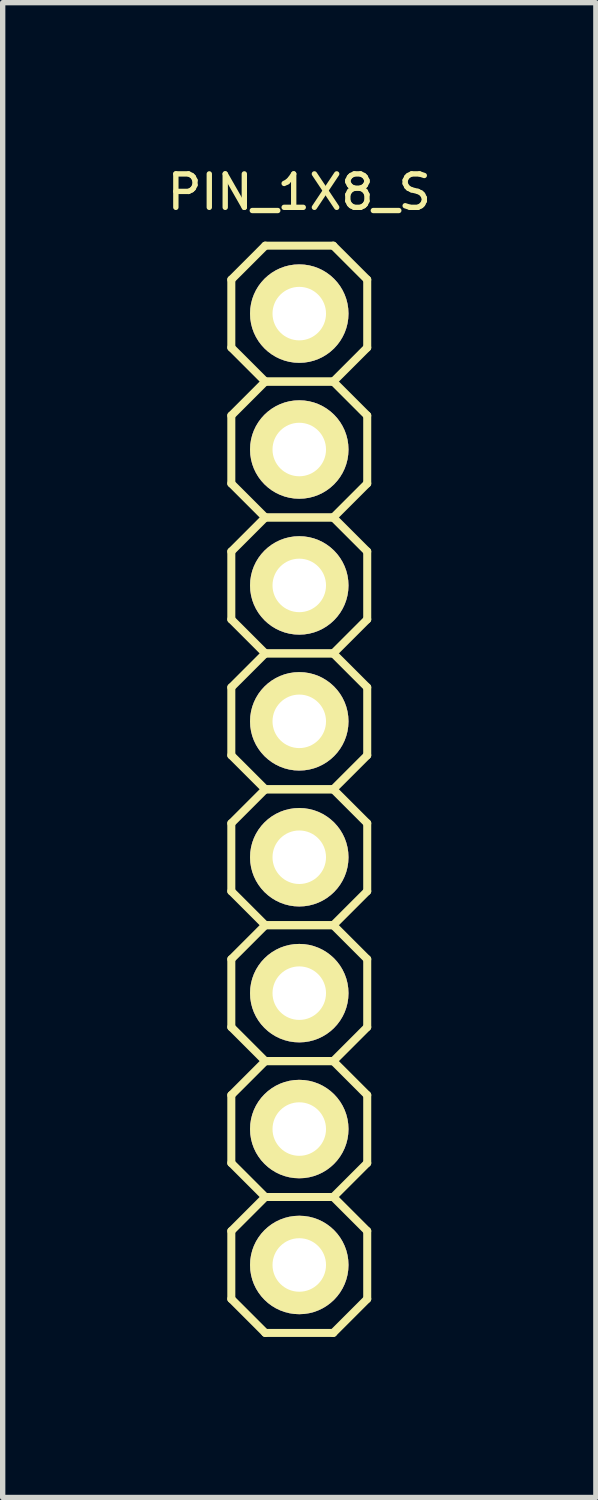
<source format=kicad_pcb>
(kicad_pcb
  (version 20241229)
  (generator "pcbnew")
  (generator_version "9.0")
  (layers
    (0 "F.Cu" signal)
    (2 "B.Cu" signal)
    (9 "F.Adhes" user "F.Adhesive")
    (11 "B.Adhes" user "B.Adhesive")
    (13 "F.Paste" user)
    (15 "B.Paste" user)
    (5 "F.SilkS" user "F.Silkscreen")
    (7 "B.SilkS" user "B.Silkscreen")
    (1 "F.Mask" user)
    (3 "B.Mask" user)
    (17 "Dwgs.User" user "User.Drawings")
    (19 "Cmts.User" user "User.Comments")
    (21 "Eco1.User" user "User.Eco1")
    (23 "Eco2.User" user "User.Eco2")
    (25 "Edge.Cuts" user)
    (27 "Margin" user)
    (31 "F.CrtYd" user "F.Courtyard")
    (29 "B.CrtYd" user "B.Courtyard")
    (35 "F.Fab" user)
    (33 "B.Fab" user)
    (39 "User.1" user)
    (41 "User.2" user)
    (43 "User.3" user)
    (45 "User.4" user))
  (footprint "PIN_1X8_S"
    (layer "F.Cu")
    (at 2.543 11.701)
    (property "Reference" "PIN_1X8_S" (at 0 -11.16 0) (layer "F.SilkS") (effects (font (size 0.625 0.625) (thickness 0.1))))
    (attr through_hole)
    (fp_line (start -1.27 -9.525) (end -1.27 -8.255) (stroke (width 0.15) (type solid)) (layer "F.SilkS"))
    (fp_line (start -1.27 -8.255) (end -0.635 -7.62) (stroke (width 0.15) (type solid)) (layer "F.SilkS"))
    (fp_line (start -1.27 -6.985) (end -1.27 -5.715) (stroke (width 0.15) (type solid)) (layer "F.SilkS"))
    (fp_line (start -1.27 -5.715) (end -0.635 -5.08) (stroke (width 0.15) (type solid)) (layer "F.SilkS"))
    (fp_line (start -1.27 -4.445) (end -1.27 -3.175) (stroke (width 0.15) (type solid)) (layer "F.SilkS"))
    (fp_line (start -1.27 -3.175) (end -0.635 -2.54) (stroke (width 0.15) (type solid)) (layer "F.SilkS"))
    (fp_line (start -1.27 -1.905) (end -1.27 -0.635) (stroke (width 0.15) (type solid)) (layer "F.SilkS"))
    (fp_line (start -1.27 -0.635) (end -0.635 0) (stroke (width 0.15) (type solid)) (layer "F.SilkS"))
    (fp_line (start -1.27 0.635) (end -1.27 1.905) (stroke (width 0.15) (type solid)) (layer "F.SilkS"))
    (fp_line (start -1.27 1.905) (end -0.635 2.54) (stroke (width 0.15) (type solid)) (layer "F.SilkS"))
    (fp_line (start -1.27 3.175) (end -1.27 4.445) (stroke (width 0.15) (type solid)) (layer "F.SilkS"))
    (fp_line (start -1.27 4.445) (end -0.635 5.08) (stroke (width 0.15) (type solid)) (layer "F.SilkS"))
    (fp_line (start -1.27 5.715) (end -1.27 6.985) (stroke (width 0.15) (type solid)) (layer "F.SilkS"))
    (fp_line (start -1.27 6.985) (end -0.635 7.62) (stroke (width 0.15) (type solid)) (layer "F.SilkS"))
    (fp_line (start -1.27 8.255) (end -1.27 9.525) (stroke (width 0.15) (type solid)) (layer "F.SilkS"))
    (fp_line (start -1.27 9.525) (end -0.635 10.16) (stroke (width 0.15) (type solid)) (layer "F.SilkS"))
    (fp_line (start -0.635 -10.16) (end -1.27 -9.525) (stroke (width 0.15) (type solid)) (layer "F.SilkS"))
    (fp_line (start -0.635 -7.62) (end -1.27 -6.985) (stroke (width 0.15) (type solid)) (layer "F.SilkS"))
    (fp_line (start -0.635 -7.62) (end 0.635 -7.62) (stroke (width 0.15) (type solid)) (layer "F.SilkS"))
    (fp_line (start -0.635 -5.08) (end -1.27 -4.445) (stroke (width 0.15) (type solid)) (layer "F.SilkS"))
    (fp_line (start -0.635 -5.08) (end 0.635 -5.08) (stroke (width 0.15) (type solid)) (layer "F.SilkS"))
    (fp_line (start -0.635 -2.54) (end -1.27 -1.905) (stroke (width 0.15) (type solid)) (layer "F.SilkS"))
    (fp_line (start -0.635 -2.54) (end 0.635 -2.54) (stroke (width 0.15) (type solid)) (layer "F.SilkS"))
    (fp_line (start -0.635 0) (end -1.27 0.635) (stroke (width 0.15) (type solid)) (layer "F.SilkS"))
    (fp_line (start -0.635 0) (end 0.635 0) (stroke (width 0.15) (type solid)) (layer "F.SilkS"))
    (fp_line (start -0.635 2.54) (end -1.27 3.175) (stroke (width 0.15) (type solid)) (layer "F.SilkS"))
    (fp_line (start -0.635 2.54) (end 0.635 2.54) (stroke (width 0.15) (type solid)) (layer "F.SilkS"))
    (fp_line (start -0.635 5.08) (end -1.27 5.715) (stroke (width 0.15) (type solid)) (layer "F.SilkS"))
    (fp_line (start -0.635 5.08) (end 0.635 5.08) (stroke (width 0.15) (type solid)) (layer "F.SilkS"))
    (fp_line (start -0.635 7.62) (end -1.27 8.255) (stroke (width 0.15) (type solid)) (layer "F.SilkS"))
    (fp_line (start -0.635 7.62) (end 0.635 7.62) (stroke (width 0.15) (type solid)) (layer "F.SilkS"))
    (fp_line (start -0.635 10.16) (end 0.635 10.16) (stroke (width 0.15) (type solid)) (layer "F.SilkS"))
    (fp_line (start 0.635 -10.16) (end -0.635 -10.16) (stroke (width 0.15) (type solid)) (layer "F.SilkS"))
    (fp_line (start 0.635 -7.62) (end -0.635 -7.62) (stroke (width 0.15) (type solid)) (layer "F.SilkS"))
    (fp_line (start 0.635 -7.62) (end 1.27 -8.255) (stroke (width 0.15) (type solid)) (layer "F.SilkS"))
    (fp_line (start 0.635 -5.08) (end -0.635 -5.08) (stroke (width 0.15) (type solid)) (layer "F.SilkS"))
    (fp_line (start 0.635 -5.08) (end 1.27 -5.715) (stroke (width 0.15) (type solid)) (layer "F.SilkS"))
    (fp_line (start 0.635 -2.54) (end -0.635 -2.54) (stroke (width 0.15) (type solid)) (layer "F.SilkS"))
    (fp_line (start 0.635 -2.54) (end 1.27 -3.175) (stroke (width 0.15) (type solid)) (layer "F.SilkS"))
    (fp_line (start 0.635 0) (end -0.635 0) (stroke (width 0.15) (type solid)) (layer "F.SilkS"))
    (fp_line (start 0.635 0) (end 1.27 -0.635) (stroke (width 0.15) (type solid)) (layer "F.SilkS"))
    (fp_line (start 0.635 2.54) (end -0.635 2.54) (stroke (width 0.15) (type solid)) (layer "F.SilkS"))
    (fp_line (start 0.635 2.54) (end 1.27 1.905) (stroke (width 0.15) (type solid)) (layer "F.SilkS"))
    (fp_line (start 0.635 5.08) (end -0.635 5.08) (stroke (width 0.15) (type solid)) (layer "F.SilkS"))
    (fp_line (start 0.635 5.08) (end 1.27 4.445) (stroke (width 0.15) (type solid)) (layer "F.SilkS"))
    (fp_line (start 0.635 7.62) (end -0.635 7.62) (stroke (width 0.15) (type solid)) (layer "F.SilkS"))
    (fp_line (start 0.635 7.62) (end 1.27 6.985) (stroke (width 0.15) (type solid)) (layer "F.SilkS"))
    (fp_line (start 0.635 10.16) (end 1.27 9.525) (stroke (width 0.15) (type solid)) (layer "F.SilkS"))
    (fp_line (start 1.27 -9.525) (end 0.635 -10.16) (stroke (width 0.15) (type solid)) (layer "F.SilkS"))
    (fp_line (start 1.27 -8.255) (end 1.27 -9.525) (stroke (width 0.15) (type solid)) (layer "F.SilkS"))
    (fp_line (start 1.27 -6.985) (end 0.635 -7.62) (stroke (width 0.15) (type solid)) (layer "F.SilkS"))
    (fp_line (start 1.27 -5.715) (end 1.27 -6.985) (stroke (width 0.15) (type solid)) (layer "F.SilkS"))
    (fp_line (start 1.27 -4.445) (end 0.635 -5.08) (stroke (width 0.15) (type solid)) (layer "F.SilkS"))
    (fp_line (start 1.27 -3.175) (end 1.27 -4.445) (stroke (width 0.15) (type solid)) (layer "F.SilkS"))
    (fp_line (start 1.27 -1.905) (end 0.635 -2.54) (stroke (width 0.15) (type solid)) (layer "F.SilkS"))
    (fp_line (start 1.27 -0.635) (end 1.27 -1.905) (stroke (width 0.15) (type solid)) (layer "F.SilkS"))
    (fp_line (start 1.27 0.635) (end 0.635 0) (stroke (width 0.15) (type solid)) (layer "F.SilkS"))
    (fp_line (start 1.27 1.905) (end 1.27 0.635) (stroke (width 0.15) (type solid)) (layer "F.SilkS"))
    (fp_line (start 1.27 3.175) (end 0.635 2.54) (stroke (width 0.15) (type solid)) (layer "F.SilkS"))
    (fp_line (start 1.27 4.445) (end 1.27 3.175) (stroke (width 0.15) (type solid)) (layer "F.SilkS"))
    (fp_line (start 1.27 5.715) (end 0.635 5.08) (stroke (width 0.15) (type solid)) (layer "F.SilkS"))
    (fp_line (start 1.27 6.985) (end 1.27 5.715) (stroke (width 0.15) (type solid)) (layer "F.SilkS"))
    (fp_line (start 1.27 8.255) (end 0.635 7.62) (stroke (width 0.15) (type solid)) (layer "F.SilkS"))
    (fp_line (start 1.27 9.525) (end 1.27 8.255) (stroke (width 0.15) (type solid)) (layer "F.SilkS"))
    (pad "1" thru_hole circle (at 0 -8.89) (size 1.84 1.84) (drill 1) (layers "*.Cu" "*.Mask" "F.SilkS"))
    (pad "2" thru_hole circle (at 0 -6.35) (size 1.84 1.84) (drill 1) (layers "*.Cu" "*.Mask" "F.SilkS"))
    (pad "3" thru_hole circle (at 0 -3.81) (size 1.84 1.84) (drill 1) (layers "*.Cu" "*.Mask" "F.SilkS"))
    (pad "4" thru_hole circle (at 0 -1.27) (size 1.84 1.84) (drill 1) (layers "*.Cu" "*.Mask" "F.SilkS"))
    (pad "5" thru_hole circle (at 0 1.27) (size 1.84 1.84) (drill 1) (layers "*.Cu" "*.Mask" "F.SilkS"))
    (pad "6" thru_hole circle (at 0 3.81) (size 1.84 1.84) (drill 1) (layers "*.Cu" "*.Mask" "F.SilkS"))
    (pad "7" thru_hole circle (at 0 6.35) (size 1.84 1.84) (drill 1) (layers "*.Cu" "*.Mask" "F.SilkS"))
    (pad "8" thru_hole circle (at 0 8.89) (size 1.84 1.84) (drill 1) (layers "*.Cu" "*.Mask" "F.SilkS")))
  (gr_rect
    (start -3 -3)
    (end 8.086 24.936)
    (stroke (width 0.1) (type default))
    (fill no)
    (layer "Edge.Cuts")))
</source>
